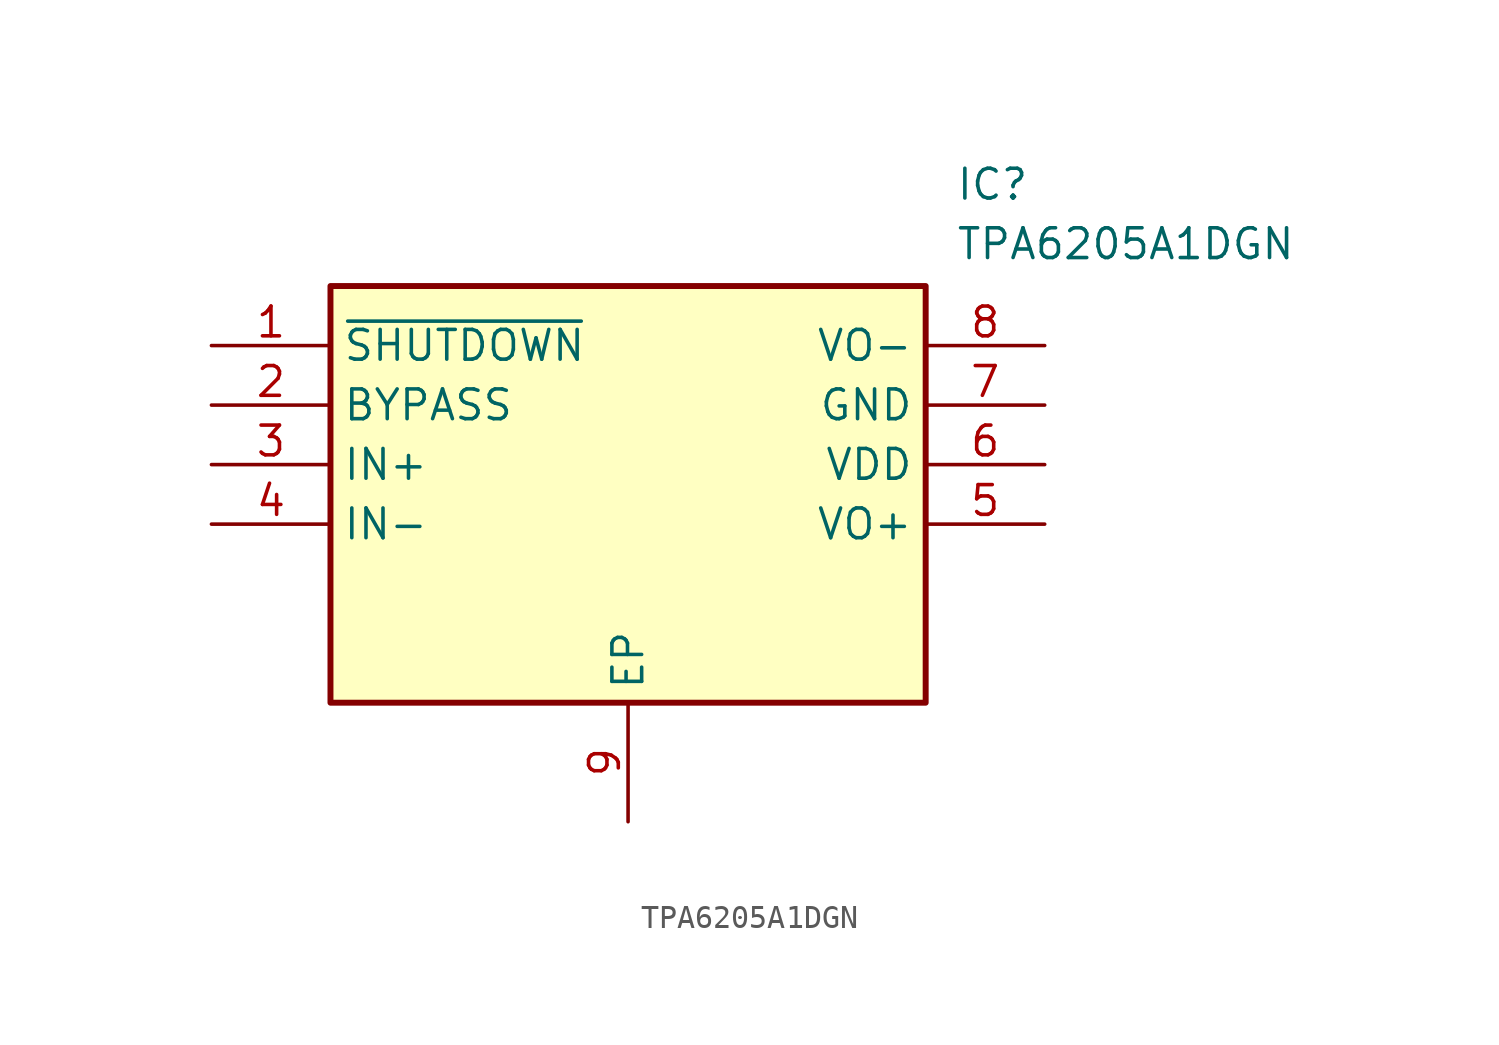
<source format=kicad_sym>
(kicad_symbol_lib
  (version 20211014)
  (generator SamacSys_ECAD_Model)
  (symbol "TPA6205A1DGN"
    (property "Reference" "IC"
      (at 31.75 7.62 0)
      (effects (font (size 1.27 1.27)) (justify left top)))
    (property "Value" "TPA6205A1DGN"
      (at 31.75 5.08 0)
      (effects (font (size 1.27 1.27)) (justify left top)))
    (rectangle
      (start 5.08 2.54)
      (end 30.48 -15.24)
      (stroke (width 0.254) (type default))
      (fill (type background)))
    (pin passive line
      (at 0 0 0)
      (length 5.08)
      (name "~{SHUTDOWN}" (effects (font (size 1.27 1.27))))
      (number "1" (effects (font (size 1.27 1.27)))))
    (pin passive line
      (at 0 -2.54 0)
      (length 5.08)
      (name "BYPASS" (effects (font (size 1.27 1.27))))
      (number "2" (effects (font (size 1.27 1.27)))))
    (pin input line
      (at 0 -5.08 0)
      (length 5.08)
      (name "IN+" (effects (font (size 1.27 1.27))))
      (number "3" (effects (font (size 1.27 1.27)))))
    (pin input line
      (at 0 -7.62 0)
      (length 5.08)
      (name "IN-" (effects (font (size 1.27 1.27))))
      (number "4" (effects (font (size 1.27 1.27)))))
    (pin power_in line
      (at 17.78 -20.32 90)
      (length 5.08)
      (name "EP" (effects (font (size 1.27 1.27))))
      (number "9" (effects (font (size 1.27 1.27)))))
    (pin passive line
      (at 35.56 0 180)
      (length 5.08)
      (name "VO-" (effects (font (size 1.27 1.27))))
      (number "8" (effects (font (size 1.27 1.27)))))
    (pin power_in line
      (at 35.56 -2.54 180)
      (length 5.08)
      (name "GND" (effects (font (size 1.27 1.27))))
      (number "7" (effects (font (size 1.27 1.27)))))
    (pin power_in line
      (at 35.56 -5.08 180)
      (length 5.08)
      (name "VDD" (effects (font (size 1.27 1.27))))
      (number "6" (effects (font (size 1.27 1.27)))))
    (pin passive line
      (at 35.56 -7.62 180)
      (length 5.08)
      (name "VO+" (effects (font (size 1.27 1.27))))
      (number "5" (effects (font (size 1.27 1.27)))))))
</source>
